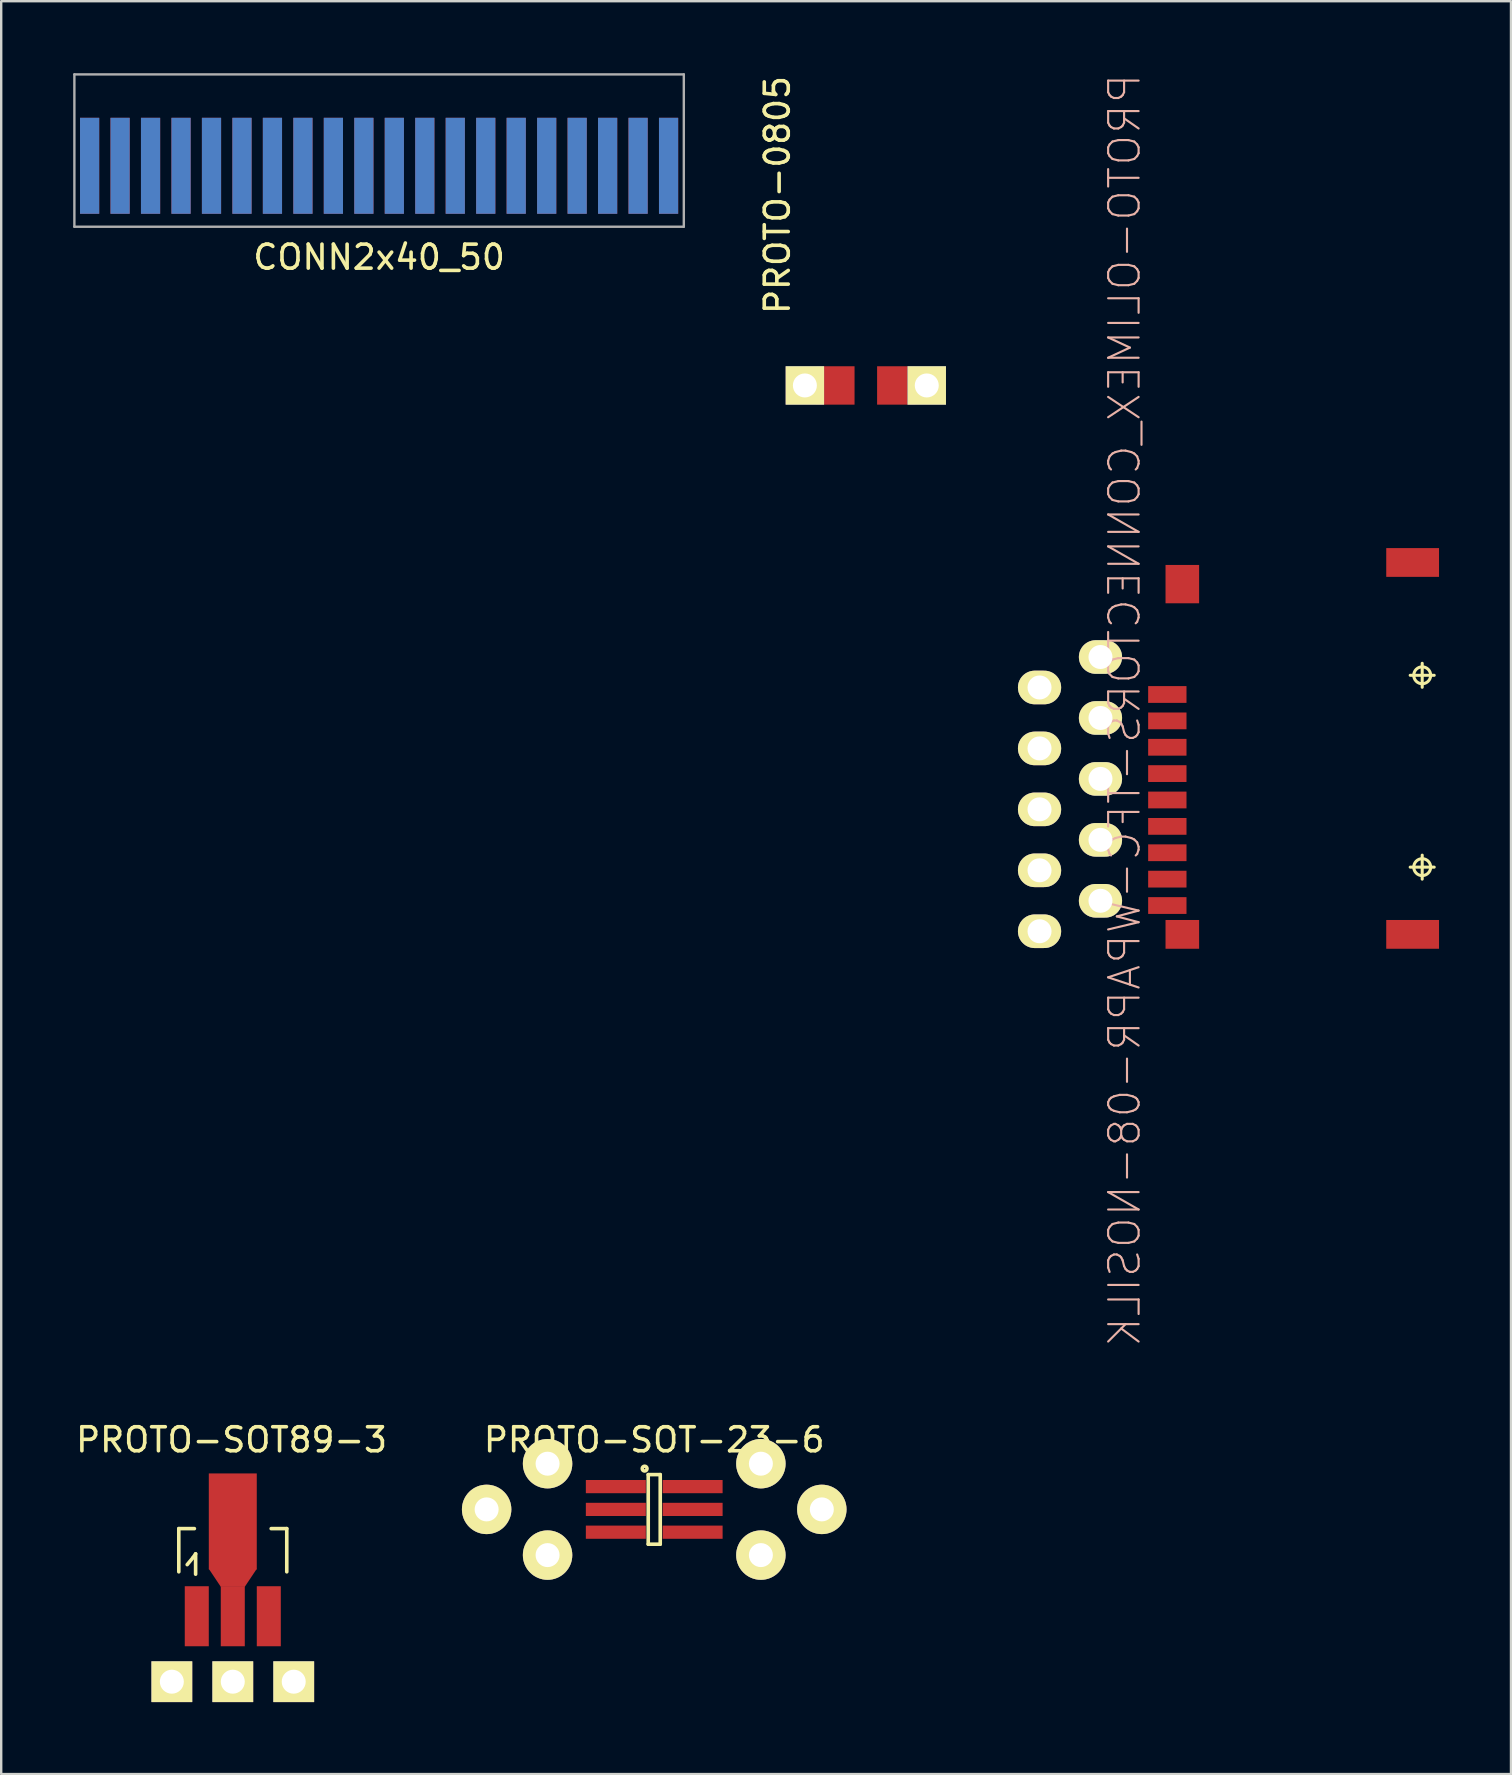
<source format=kicad_pcb>
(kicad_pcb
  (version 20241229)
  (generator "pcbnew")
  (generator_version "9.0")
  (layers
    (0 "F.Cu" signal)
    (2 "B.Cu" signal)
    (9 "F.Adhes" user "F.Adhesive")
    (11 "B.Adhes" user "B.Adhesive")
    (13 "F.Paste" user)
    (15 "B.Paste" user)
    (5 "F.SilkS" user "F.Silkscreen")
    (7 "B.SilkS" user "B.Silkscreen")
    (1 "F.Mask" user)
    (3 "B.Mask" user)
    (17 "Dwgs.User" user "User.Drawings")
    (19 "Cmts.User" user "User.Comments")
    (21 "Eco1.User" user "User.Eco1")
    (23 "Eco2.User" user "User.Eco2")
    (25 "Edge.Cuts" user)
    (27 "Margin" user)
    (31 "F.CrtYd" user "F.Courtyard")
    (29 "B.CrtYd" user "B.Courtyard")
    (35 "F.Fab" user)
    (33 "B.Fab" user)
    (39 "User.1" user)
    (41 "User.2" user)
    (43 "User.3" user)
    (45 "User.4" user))
  (footprint "PROTO-0805"
    (layer "F.Cu")
    (at 33.036 13.015)
    (property "Reference" "PROTO-0805" (at -3.688 -7.938 90) (layer "F.SilkS") (effects (font (size 1 1) (thickness 0.15))))
    (attr smd)
    (pad "1" thru_hole rect (at -2.54 0) (size 1.6 1.6) (drill 1) (layers "*.Cu" "*.Mask" "F.SilkS"))
    (pad "1" smd rect (at -1.27 0) (size 1.6 1.6) (layers "F.Cu" "F.Mask" "F.Paste"))
    (pad "2" smd rect (at 1.27 0) (size 1.6 1.6) (layers "F.Cu" "F.Mask" "F.Paste"))
    (pad "2" thru_hole rect (at 2.54 0) (size 1.6 1.6) (drill 1) (layers "*.Cu" "*.Mask" "F.SilkS")))
  (footprint "PROTO-OLIMEX_CONNECTORS-TFC-WPAPR-08-NOSILK"
    (layer "F.Cu")
    (at 52.976 28.143)
    (property "Reference" "PROTO-OLIMEX_CONNECTORS-TFC-WPAPR-08-NOSILK" (at -9.154 -1.587 90) (layer "B.SilkS") (effects (font (size 1.27 1.27) (thickness 0.089)) (justify mirror)))
    (attr smd)
    (fp_line (start 2.748 -3.048) (end 3.749 -3.048) (stroke (width 0.127) (type solid)) (layer "F.SilkS"))
    (fp_line (start 2.748 4.948) (end 3.749 4.948) (stroke (width 0.127) (type solid)) (layer "F.SilkS"))
    (fp_line (start 3.249 -2.548) (end 3.249 -3.548) (stroke (width 0.127) (type solid)) (layer "F.SilkS"))
    (fp_line (start 3.249 5.448) (end 3.249 4.448) (stroke (width 0.127) (type solid)) (layer "F.SilkS"))
    (fp_circle (center 3.249 -3.048) (end 3.498 -3.297) (stroke (width 0.127) (type solid)) (fill no) (layer "F.SilkS"))
    (fp_circle (center 3.249 4.948) (end 3.498 5.197) (stroke (width 0.127) (type solid)) (fill no) (layer "F.SilkS"))
    (pad "1" thru_hole oval (at -10.16 -3.81) (size 1.8 1.4) (drill 1) (layers "*.Cu" "*.Mask" "F.SilkS"))
    (pad "1" smd rect (at -7.374 -2.248 270) (size 0.699 1.598) (layers "F.Cu" "F.Mask" "F.Paste"))
    (pad "2" thru_hole oval (at -12.7 -2.54) (size 1.8 1.4) (drill 1) (layers "*.Cu" "*.Mask" "F.SilkS"))
    (pad "2" smd rect (at -7.374 -1.148 270) (size 0.699 1.598) (layers "F.Cu" "F.Mask" "F.Paste"))
    (pad "3" thru_hole oval (at -10.16 -1.27) (size 1.8 1.4) (drill 1) (layers "*.Cu" "*.Mask" "F.SilkS"))
    (pad "3" smd rect (at -7.374 -0.048 270) (size 0.699 1.598) (layers "F.Cu" "F.Mask" "F.Paste"))
    (pad "4" thru_hole oval (at -12.7 0) (size 1.8 1.4) (drill 1) (layers "*.Cu" "*.Mask" "F.SilkS"))
    (pad "4" smd rect (at -7.374 1.049 270) (size 0.699 1.598) (layers "F.Cu" "F.Mask" "F.Paste"))
    (pad "5" thru_hole oval (at -10.16 1.27) (size 1.8 1.4) (drill 1) (layers "*.Cu" "*.Mask" "F.SilkS"))
    (pad "5" smd rect (at -7.374 2.149 270) (size 0.699 1.598) (layers "F.Cu" "F.Mask" "F.Paste"))
    (pad "6" thru_hole oval (at -12.7 2.54) (size 1.8 1.4) (drill 1) (layers "*.Cu" "*.Mask" "F.SilkS"))
    (pad "6" smd rect (at -7.374 3.249 270) (size 0.699 1.598) (layers "F.Cu" "F.Mask" "F.Paste"))
    (pad "7" thru_hole oval (at -10.16 3.81) (size 1.8 1.4) (drill 1) (layers "*.Cu" "*.Mask" "F.SilkS"))
    (pad "7" smd rect (at -7.374 4.348 270) (size 0.699 1.598) (layers "F.Cu" "F.Mask" "F.Paste"))
    (pad "8" thru_hole oval (at -12.7 5.08) (size 1.8 1.4) (drill 1) (layers "*.Cu" "*.Mask" "F.SilkS"))
    (pad "8" smd rect (at -7.374 5.448 270) (size 0.699 1.598) (layers "F.Cu" "F.Mask" "F.Paste"))
    (pad "9" thru_hole oval (at -10.16 6.35) (size 1.8 1.4) (drill 1) (layers "*.Cu" "*.Mask" "F.SilkS"))
    (pad "9" smd rect (at -7.374 6.548 270) (size 0.699 1.598) (layers "F.Cu" "F.Mask" "F.Paste"))
    (pad "10" thru_hole oval (at -12.7 7.62) (size 1.8 1.4) (drill 1) (layers "*.Cu" "*.Mask" "F.SilkS"))
    (pad "10" smd rect (at -6.749 7.75 270) (size 1.199 1.4) (layers "F.Cu" "F.Mask" "F.Paste"))
    (pad "11" smd rect (at -6.749 -6.848 270) (size 1.598 1.4) (layers "F.Cu" "F.Mask" "F.Paste"))
    (pad "12" smd rect (at 2.85 7.75 270) (size 1.199 2.2) (layers "F.Cu" "F.Mask" "F.Paste"))
    (pad "13" smd rect (at 2.85 -7.75 270) (size 1.199 2.2) (layers "F.Cu" "F.Mask" "F.Paste")))
  (footprint "CONN2x40_50"
    (layer "F.Cu")
    (at 12.75 6.4)
    (property "Reference" "CONN2x40_50" (at 0 1.27 0) (layer "F.SilkS") (effects (font (size 1 1) (thickness 0.15))))
    (attr smd)
    (fp_line (start -12.7 -6.35) (end 12.7 -6.35) (stroke (width 0.1) (type solid)) (layer "F.Fab"))
    (fp_line (start -12.7 0) (end -12.7 -6.35) (stroke (width 0.1) (type solid)) (layer "F.Fab"))
    (fp_line (start 12.7 -6.35) (end 12.7 0) (stroke (width 0.1) (type solid)) (layer "F.Fab"))
    (fp_line (start 12.7 0) (end -12.7 0) (stroke (width 0.1) (type solid)) (layer "F.Fab"))
    (pad "1" smd rect (at -12.065 -2.54) (size 0.8 4) (layers "F.Cu" "F.Mask" "F.Paste"))
    (pad "2" smd rect (at -12.065 -2.54) (size 0.8 4) (layers "B.Cu" "B.Mask"))
    (pad "3" smd rect (at -10.795 -2.54) (size 0.8 4) (layers "F.Cu" "F.Mask" "F.Paste"))
    (pad "4" smd rect (at -10.795 -2.54) (size 0.8 4) (layers "B.Cu" "B.Mask"))
    (pad "5" smd rect (at -9.525 -2.54) (size 0.8 4) (layers "F.Cu" "F.Mask" "F.Paste"))
    (pad "6" smd rect (at -9.525 -2.54) (size 0.8 4) (layers "B.Cu" "B.Mask"))
    (pad "7" smd rect (at -8.255 -2.54) (size 0.8 4) (layers "F.Cu" "F.Mask" "F.Paste"))
    (pad "8" smd rect (at -8.255 -2.54) (size 0.8 4) (layers "B.Cu" "B.Mask"))
    (pad "9" smd rect (at -6.985 -2.54) (size 0.8 4) (layers "F.Cu" "F.Mask" "F.Paste"))
    (pad "10" smd rect (at -6.985 -2.54) (size 0.8 4) (layers "B.Cu" "B.Mask"))
    (pad "11" smd rect (at -5.715 -2.54) (size 0.8 4) (layers "F.Cu" "F.Mask" "F.Paste"))
    (pad "12" smd rect (at -5.715 -2.54) (size 0.8 4) (layers "B.Cu" "B.Mask"))
    (pad "13" smd rect (at -4.445 -2.54) (size 0.8 4) (layers "F.Cu" "F.Mask" "F.Paste"))
    (pad "14" smd rect (at -4.445 -2.54) (size 0.8 4) (layers "B.Cu" "B.Mask"))
    (pad "15" smd rect (at -3.175 -2.54) (size 0.8 4) (layers "F.Cu" "F.Mask" "F.Paste"))
    (pad "16" smd rect (at -3.175 -2.54) (size 0.8 4) (layers "B.Cu" "B.Mask"))
    (pad "17" smd rect (at -1.905 -2.54) (size 0.8 4) (layers "F.Cu" "F.Mask" "F.Paste"))
    (pad "18" smd rect (at -1.905 -2.54) (size 0.8 4) (layers "B.Cu" "B.Mask"))
    (pad "19" smd rect (at -0.635 -2.54) (size 0.8 4) (layers "F.Cu" "F.Mask" "F.Paste"))
    (pad "20" smd rect (at -0.635 -2.54) (size 0.8 4) (layers "B.Cu" "B.Mask"))
    (pad "21" smd rect (at 0.635 -2.54) (size 0.8 4) (layers "F.Cu" "F.Mask" "F.Paste"))
    (pad "22" smd rect (at 0.635 -2.54) (size 0.8 4) (layers "B.Cu" "B.Mask"))
    (pad "23" smd rect (at 1.905 -2.54) (size 0.8 4) (layers "F.Cu" "F.Mask" "F.Paste"))
    (pad "24" smd rect (at 1.905 -2.54) (size 0.8 4) (layers "B.Cu" "B.Mask"))
    (pad "25" smd rect (at 3.175 -2.54) (size 0.8 4) (layers "F.Cu" "F.Mask" "F.Paste"))
    (pad "26" smd rect (at 3.175 -2.54) (size 0.8 4) (layers "B.Cu" "B.Mask"))
    (pad "27" smd rect (at 4.445 -2.54) (size 0.8 4) (layers "F.Cu" "F.Mask" "F.Paste"))
    (pad "28" smd rect (at 4.445 -2.54) (size 0.8 4) (layers "B.Cu" "B.Mask"))
    (pad "29" smd rect (at 5.715 -2.54) (size 0.8 4) (layers "F.Cu" "F.Mask" "F.Paste"))
    (pad "30" smd rect (at 5.715 -2.54) (size 0.8 4) (layers "B.Cu" "B.Mask"))
    (pad "31" smd rect (at 6.985 -2.54) (size 0.8 4) (layers "F.Cu" "F.Mask" "F.Paste"))
    (pad "32" smd rect (at 6.985 -2.54) (size 0.8 4) (layers "B.Cu" "B.Mask"))
    (pad "33" smd rect (at 8.255 -2.54) (size 0.8 4) (layers "F.Cu" "F.Mask" "F.Paste"))
    (pad "34" smd rect (at 8.255 -2.54) (size 0.8 4) (layers "B.Cu" "B.Mask"))
    (pad "35" smd rect (at 9.525 -2.54) (size 0.8 4) (layers "F.Cu" "F.Mask" "F.Paste"))
    (pad "36" smd rect (at 9.525 -2.54) (size 0.8 4) (layers "B.Cu" "B.Mask"))
    (pad "37" smd rect (at 10.795 -2.54) (size 0.8 4) (layers "F.Cu" "F.Mask" "F.Paste"))
    (pad "38" smd rect (at 10.795 -2.54) (size 0.8 4) (layers "B.Cu" "B.Mask"))
    (pad "39" smd rect (at 12.065 -2.54) (size 0.8 4) (layers "F.Cu" "F.Mask" "F.Paste"))
    (pad "40" smd rect (at 12.065 -2.54) (size 0.8 4) (layers "B.Cu" "B.Mask")))
  (footprint "PROTO-SOT-23-6"
    (layer "F.Cu")
    (at 24.217 59.859)
    (property "Reference" "PROTO-SOT-23-6" (at 0 -2.9 0) (layer "F.SilkS") (effects (font (size 1 1) (thickness 0.15))))
    (attr smd)
    (fp_line (start -0.25 -1.45) (end -0.25 1.45) (stroke (width 0.15) (type solid)) (layer "F.SilkS"))
    (fp_line (start -0.25 1.45) (end 0.25 1.45) (stroke (width 0.15) (type solid)) (layer "F.SilkS"))
    (fp_line (start 0.25 -1.45) (end -0.25 -1.45) (stroke (width 0.15) (type solid)) (layer "F.SilkS"))
    (fp_line (start 0.25 1.45) (end 0.25 -1.45) (stroke (width 0.15) (type solid)) (layer "F.SilkS"))
    (fp_circle (center -0.4 -1.7) (end -0.3 -1.7) (stroke (width 0.15) (type solid)) (fill no) (layer "F.SilkS"))
    (pad "1" thru_hole circle (at -4.445 -1.905) (size 2.06 2.06) (drill 1) (layers "*.Cu" "*.Mask" "F.SilkS"))
    (pad "1" smd rect (at -1.6 -0.95) (size 2.5 0.55) (layers "F.Cu" "F.Mask" "F.Paste"))
    (pad "2" thru_hole circle (at -6.985 0) (size 2.06 2.06) (drill 1) (layers "*.Cu" "*.Mask" "F.SilkS"))
    (pad "2" smd rect (at -1.6 0) (size 2.5 0.55) (layers "F.Cu" "F.Mask" "F.Paste"))
    (pad "3" thru_hole circle (at -4.445 1.905) (size 2.06 2.06) (drill 1) (layers "*.Cu" "*.Mask" "F.SilkS"))
    (pad "3" smd rect (at -1.6 0.95) (size 2.5 0.55) (layers "F.Cu" "F.Mask" "F.Paste"))
    (pad "4" smd rect (at 1.6 0.95) (size 2.5 0.55) (layers "F.Cu" "F.Mask" "F.Paste"))
    (pad "4" thru_hole circle (at 4.445 1.905) (size 2.06 2.06) (drill 1) (layers "*.Cu" "*.Mask" "F.SilkS"))
    (pad "5" smd rect (at 1.6 0) (size 2.5 0.55) (layers "F.Cu" "F.Mask" "F.Paste"))
    (pad "5" thru_hole circle (at 6.985 0) (size 2.06 2.06) (drill 1) (layers "*.Cu" "*.Mask" "F.SilkS"))
    (pad "6" smd rect (at 1.6 -0.95) (size 2.5 0.55) (layers "F.Cu" "F.Mask" "F.Paste"))
    (pad "6" thru_hole circle (at 4.445 -1.905) (size 2.06 2.06) (drill 1) (layers "*.Cu" "*.Mask" "F.SilkS")))
  (footprint "PROTO-SOT89-3"
    (layer "F.Cu")
    (at 6.652 61.96)
    (property "Reference" "PROTO-SOT89-3" (at -0.051 -5.001 0) (layer "F.SilkS") (effects (font (size 1 1) (thickness 0.15))))
    (attr smd)
    (fp_line (start -2.25 -1.3) (end -2.25 0.5) (stroke (width 0.15) (type solid)) (layer "F.SilkS"))
    (fp_line (start -2.25 -1.3) (end -1.6 -1.3) (stroke (width 0.15) (type solid)) (layer "F.SilkS"))
    (fp_line (start -1.9 0.201) (end -1.651 -0.099) (stroke (width 0.15) (type solid)) (layer "F.SilkS"))
    (fp_line (start -1.651 -0.099) (end -1.549 -0.249) (stroke (width 0.15) (type solid)) (layer "F.SilkS"))
    (fp_line (start -1.549 -0.249) (end -1.549 0.599) (stroke (width 0.15) (type solid)) (layer "F.SilkS"))
    (fp_line (start 2.25 -1.3) (end 1.6 -1.3) (stroke (width 0.15) (type solid)) (layer "F.SilkS"))
    (fp_line (start 2.25 -1.3) (end 2.25 0.5) (stroke (width 0.15) (type solid)) (layer "F.SilkS"))
    (pad "1" thru_hole rect (at -2.54 5.08) (size 1.7 1.7) (drill 1) (layers "*.Cu" "*.Mask" "F.SilkS"))
    (pad "1" smd rect (at -1.501 2.352) (size 1.001 2.502) (layers "F.Cu" "F.Mask" "F.Paste"))
    (pad "2" smd rect (at 0 -1.6) (size 1.999 4) (layers "F.Cu" "F.Mask" "F.Paste"))
    (pad "2" smd trapezoid (at 0 0.749 180) (size 1.501 0.749) (rect_delta 0 0.5) (layers "F.Cu" "F.Mask" "F.Paste"))
    (pad "2" smd rect (at 0 2.352) (size 1.001 2.502) (layers "F.Cu" "F.Mask" "F.Paste"))
    (pad "2" thru_hole rect (at 0 5.08) (size 1.7 1.7) (drill 1) (layers "*.Cu" "*.Mask" "F.SilkS"))
    (pad "3" smd rect (at 1.501 2.352) (size 1.001 2.502) (layers "F.Cu" "F.Mask" "F.Paste"))
    (pad "3" thru_hole rect (at 2.54 5.08) (size 1.7 1.7) (drill 1) (layers "*.Cu" "*.Mask" "F.SilkS")))
  (gr_rect
    (start -3 -3)
    (end 59.925 70.89)
    (stroke (width 0.1) (type default))
    (fill no)
    (layer "Edge.Cuts")))
</source>
